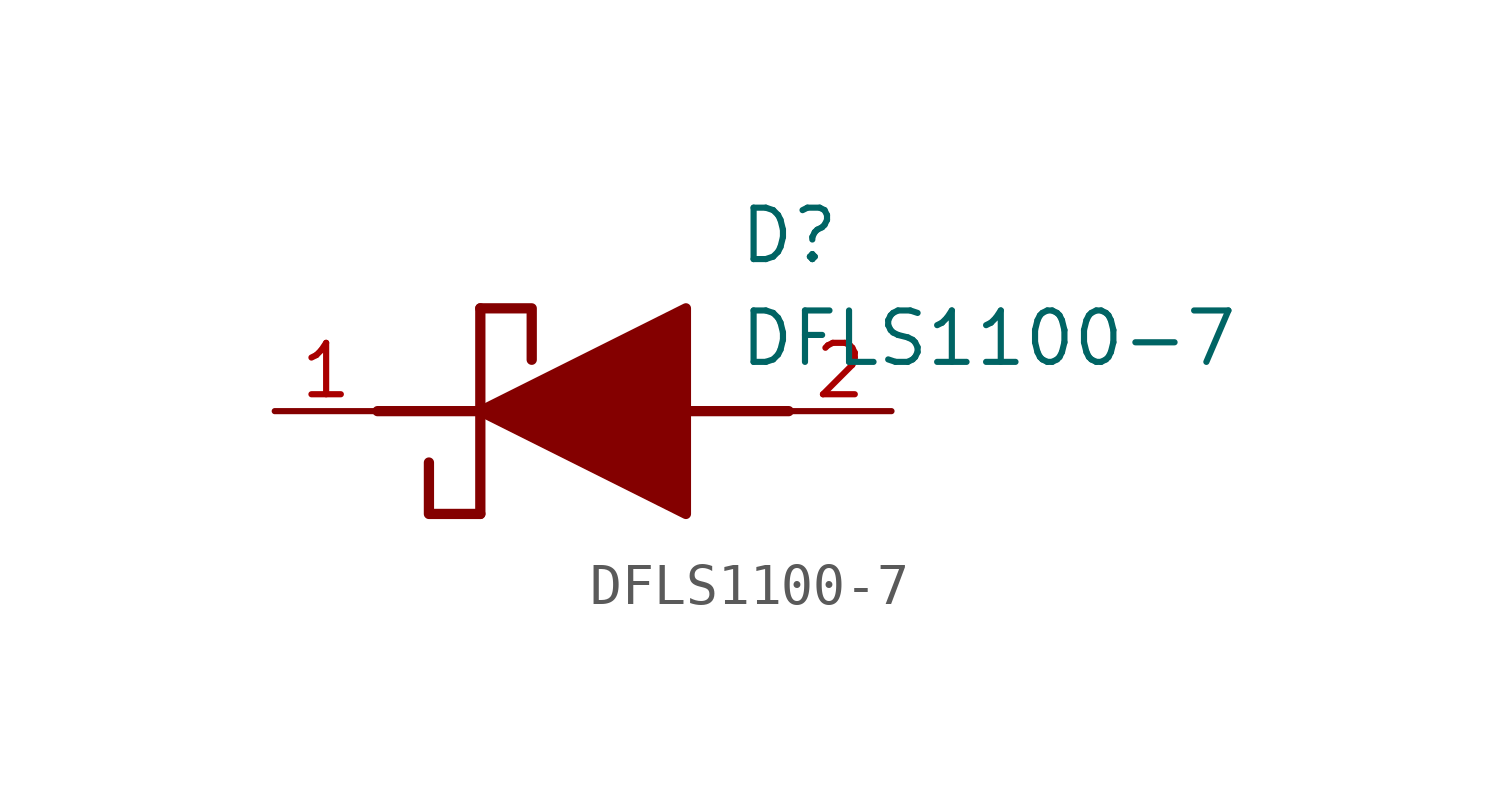
<source format=kicad_sym>
(kicad_symbol_lib
  (version 20220914)
  (generator kicad_symbol_editor)
  (symbol "DFLS1100-7"
    (pin_names hide)
    (property "Reference" "D"
      (at 11.43 5.08 0)
      (effects (font (size 1.27 1.27)) (justify left top)))
    (property "Value" "DFLS1100-7"
      (at 11.43 2.54 0)
      (effects (font (size 1.27 1.27)) (justify left top)))
    (symbol "DFLS1100-7_1_1"
      (polyline (pts (xy 2.54 0) (xy 5.08 0)) (stroke (width 0.254) (type default)) (fill (type none)))
      (polyline (pts (xy 5.08 2.54) (xy 5.08 -2.54)) (stroke (width 0.254) (type default)) (fill (type none)))
      (polyline (pts (xy 10.16 0) (xy 12.7 0)) (stroke (width 0.254) (type default)) (fill (type none)))
      (polyline (pts (xy 5.08 -2.54) (xy 3.81 -2.54) (xy 3.81 -1.27)) (stroke (width 0.254) (type default)) (fill (type none)))
      (polyline (pts (xy 5.08 2.54) (xy 6.35 2.54) (xy 6.35 1.27)) (stroke (width 0.254) (type default)) (fill (type none)))
      (polyline (pts (xy 5.08 0) (xy 10.16 2.54) (xy 10.16 -2.54) (xy 5.08 0)) (stroke (width 0.254) (type default)) (fill (type outline)))
      (pin passive line (at 0 0 0) (length 2.54) (name "K" (effects (font (size 1.27 1.27)))) (number "1" (effects (font (size 1.27 1.27)))))
      (pin passive line (at 15.24 0 180) (length 2.54) (name "A" (effects (font (size 1.27 1.27)))) (number "2" (effects (font (size 1.27 1.27))))))))
</source>
